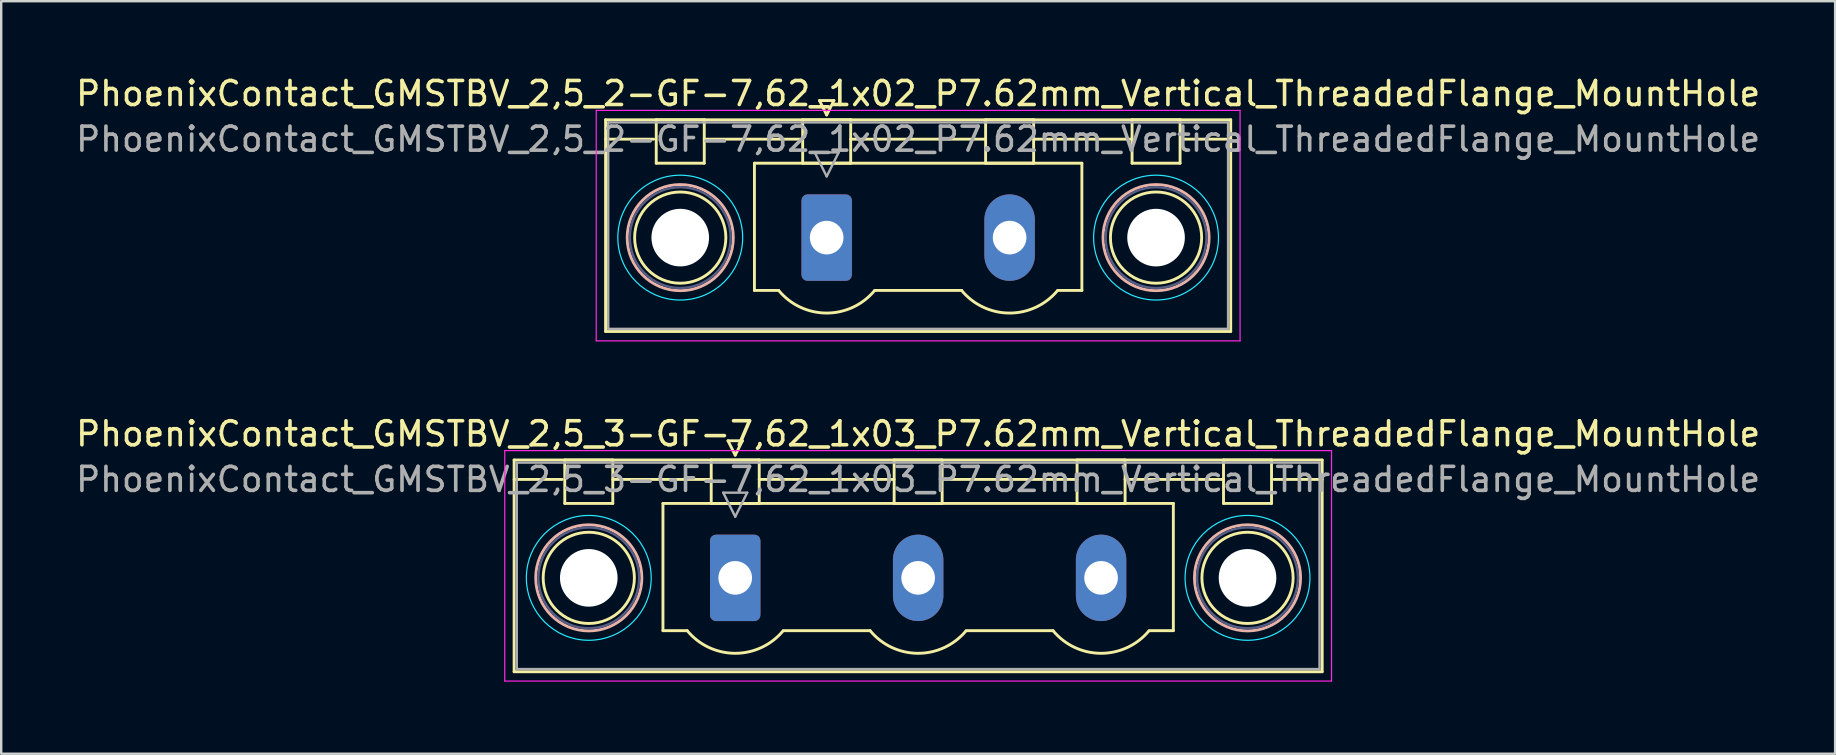
<source format=kicad_pcb>
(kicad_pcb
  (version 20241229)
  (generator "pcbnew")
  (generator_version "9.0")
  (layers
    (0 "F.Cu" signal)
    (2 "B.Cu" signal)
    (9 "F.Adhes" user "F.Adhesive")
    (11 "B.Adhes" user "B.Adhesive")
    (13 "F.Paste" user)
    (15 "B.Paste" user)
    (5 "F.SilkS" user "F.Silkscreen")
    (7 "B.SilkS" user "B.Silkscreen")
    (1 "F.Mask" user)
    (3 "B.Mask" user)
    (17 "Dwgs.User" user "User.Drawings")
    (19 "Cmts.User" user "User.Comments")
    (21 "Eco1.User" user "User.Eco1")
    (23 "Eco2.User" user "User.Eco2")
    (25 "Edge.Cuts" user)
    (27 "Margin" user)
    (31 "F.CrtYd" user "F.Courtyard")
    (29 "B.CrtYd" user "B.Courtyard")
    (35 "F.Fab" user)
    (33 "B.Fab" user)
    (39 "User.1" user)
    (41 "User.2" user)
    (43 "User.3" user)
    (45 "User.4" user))
  (footprint "PhoenixContact_GMSTBV_2,5_3-GF-7,62_1x03_P7.62mm_Vertical_ThreadedFlange_MountHole"
    (layer "F.Cu")
    (at 27.576 21.021)
    (property "Reference" "PhoenixContact_GMSTBV_2,5_3-GF-7,62_1x03_P7.62mm_Vertical_ThreadedFlange_MountHole" (at 7.62 -6 0) (layer "F.SilkS") (effects (font (size 1 1) (thickness 0.15))))
    (attr through_hole)
    (fp_line (start -9.21 -4.91) (end -9.21 3.91) (stroke (width 0.12) (type solid)) (layer "F.SilkS"))
    (fp_line (start -9.21 -4.1) (end -7.21 -4.1) (stroke (width 0.12) (type solid)) (layer "F.SilkS"))
    (fp_line (start -9.21 3.91) (end 24.45 3.91) (stroke (width 0.12) (type solid)) (layer "F.SilkS"))
    (fp_line (start -7.1 -4.91) (end -5.1 -4.91) (stroke (width 0.12) (type solid)) (layer "F.SilkS"))
    (fp_line (start -7.1 -3.1) (end -7.1 -4.91) (stroke (width 0.12) (type solid)) (layer "F.SilkS"))
    (fp_line (start -5.1 -4.91) (end -5.1 -3.1) (stroke (width 0.12) (type solid)) (layer "F.SilkS"))
    (fp_line (start -5.1 -4.1) (end -1 -4.1) (stroke (width 0.12) (type solid)) (layer "F.SilkS"))
    (fp_line (start -5.1 -3.1) (end -7.1 -3.1) (stroke (width 0.12) (type solid)) (layer "F.SilkS"))
    (fp_line (start -3.01 -3.1) (end 18.25 -3.1) (stroke (width 0.12) (type solid)) (layer "F.SilkS"))
    (fp_line (start -3.01 2.2) (end -3.01 -3.1) (stroke (width 0.12) (type solid)) (layer "F.SilkS"))
    (fp_line (start -2 2.2) (end -3.01 2.2) (stroke (width 0.12) (type solid)) (layer "F.SilkS"))
    (fp_line (start -1 -4.91) (end 1 -4.91) (stroke (width 0.12) (type solid)) (layer "F.SilkS"))
    (fp_line (start -1 -3.1) (end -1 -4.91) (stroke (width 0.12) (type solid)) (layer "F.SilkS"))
    (fp_line (start -0.3 -5.71) (end 0.3 -5.71) (stroke (width 0.12) (type solid)) (layer "F.SilkS"))
    (fp_line (start 0 -5.11) (end -0.3 -5.71) (stroke (width 0.12) (type solid)) (layer "F.SilkS"))
    (fp_line (start 0.3 -5.71) (end 0 -5.11) (stroke (width 0.12) (type solid)) (layer "F.SilkS"))
    (fp_line (start 1 -4.91) (end 1 -3.1) (stroke (width 0.12) (type solid)) (layer "F.SilkS"))
    (fp_line (start 1 -4.1) (end 6.62 -4.1) (stroke (width 0.12) (type solid)) (layer "F.SilkS"))
    (fp_line (start 1 -3.1) (end -1 -3.1) (stroke (width 0.12) (type solid)) (layer "F.SilkS"))
    (fp_line (start 2 2.2) (end 5.62 2.2) (stroke (width 0.12) (type solid)) (layer "F.SilkS"))
    (fp_line (start 6.62 -4.91) (end 8.62 -4.91) (stroke (width 0.12) (type solid)) (layer "F.SilkS"))
    (fp_line (start 6.62 -3.1) (end 6.62 -4.91) (stroke (width 0.12) (type solid)) (layer "F.SilkS"))
    (fp_line (start 8.62 -4.91) (end 8.62 -3.1) (stroke (width 0.12) (type solid)) (layer "F.SilkS"))
    (fp_line (start 8.62 -4.1) (end 14.24 -4.1) (stroke (width 0.12) (type solid)) (layer "F.SilkS"))
    (fp_line (start 8.62 -3.1) (end 6.62 -3.1) (stroke (width 0.12) (type solid)) (layer "F.SilkS"))
    (fp_line (start 9.62 2.2) (end 13.24 2.2) (stroke (width 0.12) (type solid)) (layer "F.SilkS"))
    (fp_line (start 14.24 -4.91) (end 16.24 -4.91) (stroke (width 0.12) (type solid)) (layer "F.SilkS"))
    (fp_line (start 14.24 -3.1) (end 14.24 -4.91) (stroke (width 0.12) (type solid)) (layer "F.SilkS"))
    (fp_line (start 16.24 -4.91) (end 16.24 -3.1) (stroke (width 0.12) (type solid)) (layer "F.SilkS"))
    (fp_line (start 16.24 -4.1) (end 20.34 -4.1) (stroke (width 0.12) (type solid)) (layer "F.SilkS"))
    (fp_line (start 16.24 -3.1) (end 14.24 -3.1) (stroke (width 0.12) (type solid)) (layer "F.SilkS"))
    (fp_line (start 18.25 -3.1) (end 18.25 2.2) (stroke (width 0.12) (type solid)) (layer "F.SilkS"))
    (fp_line (start 18.25 2.2) (end 17.24 2.2) (stroke (width 0.12) (type solid)) (layer "F.SilkS"))
    (fp_line (start 20.34 -4.91) (end 22.34 -4.91) (stroke (width 0.12) (type solid)) (layer "F.SilkS"))
    (fp_line (start 20.34 -3.1) (end 20.34 -4.91) (stroke (width 0.12) (type solid)) (layer "F.SilkS"))
    (fp_line (start 22.34 -4.91) (end 22.34 -3.1) (stroke (width 0.12) (type solid)) (layer "F.SilkS"))
    (fp_line (start 22.34 -3.1) (end 20.34 -3.1) (stroke (width 0.12) (type solid)) (layer "F.SilkS"))
    (fp_line (start 24.45 -4.91) (end -9.21 -4.91) (stroke (width 0.12) (type solid)) (layer "F.SilkS"))
    (fp_line (start 24.45 -4.1) (end 22.45 -4.1) (stroke (width 0.12) (type solid)) (layer "F.SilkS"))
    (fp_line (start 24.45 3.91) (end 24.45 -4.91) (stroke (width 0.12) (type solid)) (layer "F.SilkS"))
    (fp_arc (start 1.986842 2.215821) (mid -0.010289 3.142758) (end -2 2.2) (stroke (width 0.12) (type solid)) (layer "F.SilkS"))
    (fp_arc (start 9.606842 2.215821) (mid 7.609711 3.142758) (end 5.62 2.2) (stroke (width 0.12) (type solid)) (layer "F.SilkS"))
    (fp_arc (start 17.226842 2.215821) (mid 15.229711 3.142758) (end 13.24 2.2) (stroke (width 0.12) (type solid)) (layer "F.SilkS"))
    (fp_circle (center -6.1 0) (end -4.2 0) (stroke (width 0.12) (type solid)) (fill no) (layer "F.SilkS"))
    (fp_circle (center 21.34 0) (end 23.24 0) (stroke (width 0.12) (type solid)) (fill no) (layer "F.SilkS"))
    (fp_circle (center -6.1 0) (end -3.89 0) (stroke (width 0.12) (type solid)) (fill no) (layer "B.SilkS"))
    (fp_circle (center 21.34 0) (end 23.55 0) (stroke (width 0.12) (type solid)) (fill no) (layer "B.SilkS"))
    (fp_circle (center -6.1 0) (end -3.5 0) (stroke (width 0.05) (type solid)) (fill no) (layer "B.CrtYd"))
    (fp_circle (center 21.34 0) (end 23.94 0) (stroke (width 0.05) (type solid)) (fill no) (layer "B.CrtYd"))
    (fp_line (start -9.6 -5.3) (end -9.6 4.3) (stroke (width 0.05) (type solid)) (layer "F.CrtYd"))
    (fp_line (start -9.6 4.3) (end 24.84 4.3) (stroke (width 0.05) (type solid)) (layer "F.CrtYd"))
    (fp_line (start 24.84 -5.3) (end -9.6 -5.3) (stroke (width 0.05) (type solid)) (layer "F.CrtYd"))
    (fp_line (start 24.84 4.3) (end 24.84 -5.3) (stroke (width 0.05) (type solid)) (layer "F.CrtYd"))
    (fp_circle (center -6.1 0) (end -4 0) (stroke (width 0.1) (type solid)) (fill no) (layer "B.Fab"))
    (fp_circle (center 21.34 0) (end 23.44 0) (stroke (width 0.1) (type solid)) (fill no) (layer "B.Fab"))
    (fp_line (start -9.1 -4.8) (end -9.1 3.8) (stroke (width 0.1) (type solid)) (layer "F.Fab"))
    (fp_line (start -9.1 3.8) (end 24.34 3.8) (stroke (width 0.1) (type solid)) (layer "F.Fab"))
    (fp_line (start -0.5 -3.55) (end 0.5 -3.55) (stroke (width 0.1) (type solid)) (layer "F.Fab"))
    (fp_line (start 0 -2.55) (end -0.5 -3.55) (stroke (width 0.1) (type solid)) (layer "F.Fab"))
    (fp_line (start 0.5 -3.55) (end 0 -2.55) (stroke (width 0.1) (type solid)) (layer "F.Fab"))
    (fp_line (start 24.34 -4.8) (end -9.1 -4.8) (stroke (width 0.1) (type solid)) (layer "F.Fab"))
    (fp_line (start 24.34 3.8) (end 24.34 -4.8) (stroke (width 0.1) (type solid)) (layer "F.Fab"))
    (fp_text user "${REFERENCE}" (at 7.62 -4.1 0) (layer "F.Fab") (effects (font (size 1 1) (thickness 0.15))))
    (pad "" np_thru_hole circle (at -6.1 0) (size 2.4 2.4) (drill 2.4) (layers "*.Cu" "*.Mask"))
    (pad "" np_thru_hole circle (at 21.34 0) (size 2.4 2.4) (drill 2.4) (layers "*.Cu" "*.Mask"))
    (pad "1" thru_hole roundrect (at 0 0) (size 2.1 3.6) (drill 1.4) (layers "*.Cu" "*.Mask") (roundrect_rratio 0.119))
    (pad "2" thru_hole oval (at 7.62 0) (size 2.1 3.6) (drill 1.4) (layers "*.Cu" "*.Mask"))
    (pad "3" thru_hole oval (at 15.24 0) (size 2.1 3.6) (drill 1.4) (layers "*.Cu" "*.Mask")))
  (footprint "PhoenixContact_GMSTBV_2,5_2-GF-7,62_1x02_P7.62mm_Vertical_ThreadedFlange_MountHole"
    (layer "F.Cu")
    (at 31.386 6.848)
    (property "Reference" "PhoenixContact_GMSTBV_2,5_2-GF-7,62_1x02_P7.62mm_Vertical_ThreadedFlange_MountHole" (at 3.81 -6 0) (layer "F.SilkS") (effects (font (size 1 1) (thickness 0.15))))
    (attr through_hole)
    (fp_line (start -9.21 -4.91) (end -9.21 3.91) (stroke (width 0.12) (type solid)) (layer "F.SilkS"))
    (fp_line (start -9.21 -4.1) (end -7.21 -4.1) (stroke (width 0.12) (type solid)) (layer "F.SilkS"))
    (fp_line (start -9.21 3.91) (end 16.83 3.91) (stroke (width 0.12) (type solid)) (layer "F.SilkS"))
    (fp_line (start -7.1 -4.91) (end -5.1 -4.91) (stroke (width 0.12) (type solid)) (layer "F.SilkS"))
    (fp_line (start -7.1 -3.1) (end -7.1 -4.91) (stroke (width 0.12) (type solid)) (layer "F.SilkS"))
    (fp_line (start -5.1 -4.91) (end -5.1 -3.1) (stroke (width 0.12) (type solid)) (layer "F.SilkS"))
    (fp_line (start -5.1 -4.1) (end -1 -4.1) (stroke (width 0.12) (type solid)) (layer "F.SilkS"))
    (fp_line (start -5.1 -3.1) (end -7.1 -3.1) (stroke (width 0.12) (type solid)) (layer "F.SilkS"))
    (fp_line (start -3.01 -3.1) (end 10.63 -3.1) (stroke (width 0.12) (type solid)) (layer "F.SilkS"))
    (fp_line (start -3.01 2.2) (end -3.01 -3.1) (stroke (width 0.12) (type solid)) (layer "F.SilkS"))
    (fp_line (start -2 2.2) (end -3.01 2.2) (stroke (width 0.12) (type solid)) (layer "F.SilkS"))
    (fp_line (start -1 -4.91) (end 1 -4.91) (stroke (width 0.12) (type solid)) (layer "F.SilkS"))
    (fp_line (start -1 -3.1) (end -1 -4.91) (stroke (width 0.12) (type solid)) (layer "F.SilkS"))
    (fp_line (start -0.3 -5.71) (end 0.3 -5.71) (stroke (width 0.12) (type solid)) (layer "F.SilkS"))
    (fp_line (start 0 -5.11) (end -0.3 -5.71) (stroke (width 0.12) (type solid)) (layer "F.SilkS"))
    (fp_line (start 0.3 -5.71) (end 0 -5.11) (stroke (width 0.12) (type solid)) (layer "F.SilkS"))
    (fp_line (start 1 -4.91) (end 1 -3.1) (stroke (width 0.12) (type solid)) (layer "F.SilkS"))
    (fp_line (start 1 -4.1) (end 6.62 -4.1) (stroke (width 0.12) (type solid)) (layer "F.SilkS"))
    (fp_line (start 1 -3.1) (end -1 -3.1) (stroke (width 0.12) (type solid)) (layer "F.SilkS"))
    (fp_line (start 2 2.2) (end 5.62 2.2) (stroke (width 0.12) (type solid)) (layer "F.SilkS"))
    (fp_line (start 6.62 -4.91) (end 8.62 -4.91) (stroke (width 0.12) (type solid)) (layer "F.SilkS"))
    (fp_line (start 6.62 -3.1) (end 6.62 -4.91) (stroke (width 0.12) (type solid)) (layer "F.SilkS"))
    (fp_line (start 8.62 -4.91) (end 8.62 -3.1) (stroke (width 0.12) (type solid)) (layer "F.SilkS"))
    (fp_line (start 8.62 -4.1) (end 12.72 -4.1) (stroke (width 0.12) (type solid)) (layer "F.SilkS"))
    (fp_line (start 8.62 -3.1) (end 6.62 -3.1) (stroke (width 0.12) (type solid)) (layer "F.SilkS"))
    (fp_line (start 10.63 -3.1) (end 10.63 2.2) (stroke (width 0.12) (type solid)) (layer "F.SilkS"))
    (fp_line (start 10.63 2.2) (end 9.62 2.2) (stroke (width 0.12) (type solid)) (layer "F.SilkS"))
    (fp_line (start 12.72 -4.91) (end 14.72 -4.91) (stroke (width 0.12) (type solid)) (layer "F.SilkS"))
    (fp_line (start 12.72 -3.1) (end 12.72 -4.91) (stroke (width 0.12) (type solid)) (layer "F.SilkS"))
    (fp_line (start 14.72 -4.91) (end 14.72 -3.1) (stroke (width 0.12) (type solid)) (layer "F.SilkS"))
    (fp_line (start 14.72 -3.1) (end 12.72 -3.1) (stroke (width 0.12) (type solid)) (layer "F.SilkS"))
    (fp_line (start 16.83 -4.91) (end -9.21 -4.91) (stroke (width 0.12) (type solid)) (layer "F.SilkS"))
    (fp_line (start 16.83 -4.1) (end 14.83 -4.1) (stroke (width 0.12) (type solid)) (layer "F.SilkS"))
    (fp_line (start 16.83 3.91) (end 16.83 -4.91) (stroke (width 0.12) (type solid)) (layer "F.SilkS"))
    (fp_arc (start 1.986842 2.215821) (mid -0.010289 3.142758) (end -2 2.2) (stroke (width 0.12) (type solid)) (layer "F.SilkS"))
    (fp_arc (start 9.606842 2.215821) (mid 7.609711 3.142758) (end 5.62 2.2) (stroke (width 0.12) (type solid)) (layer "F.SilkS"))
    (fp_circle (center -6.1 0) (end -4.2 0) (stroke (width 0.12) (type solid)) (fill no) (layer "F.SilkS"))
    (fp_circle (center 13.72 0) (end 15.62 0) (stroke (width 0.12) (type solid)) (fill no) (layer "F.SilkS"))
    (fp_circle (center -6.1 0) (end -3.89 0) (stroke (width 0.12) (type solid)) (fill no) (layer "B.SilkS"))
    (fp_circle (center 13.72 0) (end 15.93 0) (stroke (width 0.12) (type solid)) (fill no) (layer "B.SilkS"))
    (fp_circle (center -6.1 0) (end -3.5 0) (stroke (width 0.05) (type solid)) (fill no) (layer "B.CrtYd"))
    (fp_circle (center 13.72 0) (end 16.32 0) (stroke (width 0.05) (type solid)) (fill no) (layer "B.CrtYd"))
    (fp_line (start -9.6 -5.3) (end -9.6 4.3) (stroke (width 0.05) (type solid)) (layer "F.CrtYd"))
    (fp_line (start -9.6 4.3) (end 17.22 4.3) (stroke (width 0.05) (type solid)) (layer "F.CrtYd"))
    (fp_line (start 17.22 -5.3) (end -9.6 -5.3) (stroke (width 0.05) (type solid)) (layer "F.CrtYd"))
    (fp_line (start 17.22 4.3) (end 17.22 -5.3) (stroke (width 0.05) (type solid)) (layer "F.CrtYd"))
    (fp_circle (center -6.1 0) (end -4 0) (stroke (width 0.1) (type solid)) (fill no) (layer "B.Fab"))
    (fp_circle (center 13.72 0) (end 15.82 0) (stroke (width 0.1) (type solid)) (fill no) (layer "B.Fab"))
    (fp_line (start -9.1 -4.8) (end -9.1 3.8) (stroke (width 0.1) (type solid)) (layer "F.Fab"))
    (fp_line (start -9.1 3.8) (end 16.72 3.8) (stroke (width 0.1) (type solid)) (layer "F.Fab"))
    (fp_line (start -0.5 -3.55) (end 0.5 -3.55) (stroke (width 0.1) (type solid)) (layer "F.Fab"))
    (fp_line (start 0 -2.55) (end -0.5 -3.55) (stroke (width 0.1) (type solid)) (layer "F.Fab"))
    (fp_line (start 0.5 -3.55) (end 0 -2.55) (stroke (width 0.1) (type solid)) (layer "F.Fab"))
    (fp_line (start 16.72 -4.8) (end -9.1 -4.8) (stroke (width 0.1) (type solid)) (layer "F.Fab"))
    (fp_line (start 16.72 3.8) (end 16.72 -4.8) (stroke (width 0.1) (type solid)) (layer "F.Fab"))
    (fp_text user "${REFERENCE}" (at 3.81 -4.1 0) (layer "F.Fab") (effects (font (size 1 1) (thickness 0.15))))
    (pad "" np_thru_hole circle (at -6.1 0) (size 2.4 2.4) (drill 2.4) (layers "*.Cu" "*.Mask"))
    (pad "" np_thru_hole circle (at 13.72 0) (size 2.4 2.4) (drill 2.4) (layers "*.Cu" "*.Mask"))
    (pad "1" thru_hole roundrect (at 0 0) (size 2.1 3.6) (drill 1.4) (layers "*.Cu" "*.Mask") (roundrect_rratio 0.119))
    (pad "2" thru_hole oval (at 7.62 0) (size 2.1 3.6) (drill 1.4) (layers "*.Cu" "*.Mask")))
  (gr_rect
    (start -3 -3)
    (end 73.393 28.346)
    (stroke (width 0.1) (type default))
    (fill no)
    (layer "Edge.Cuts")))
</source>
